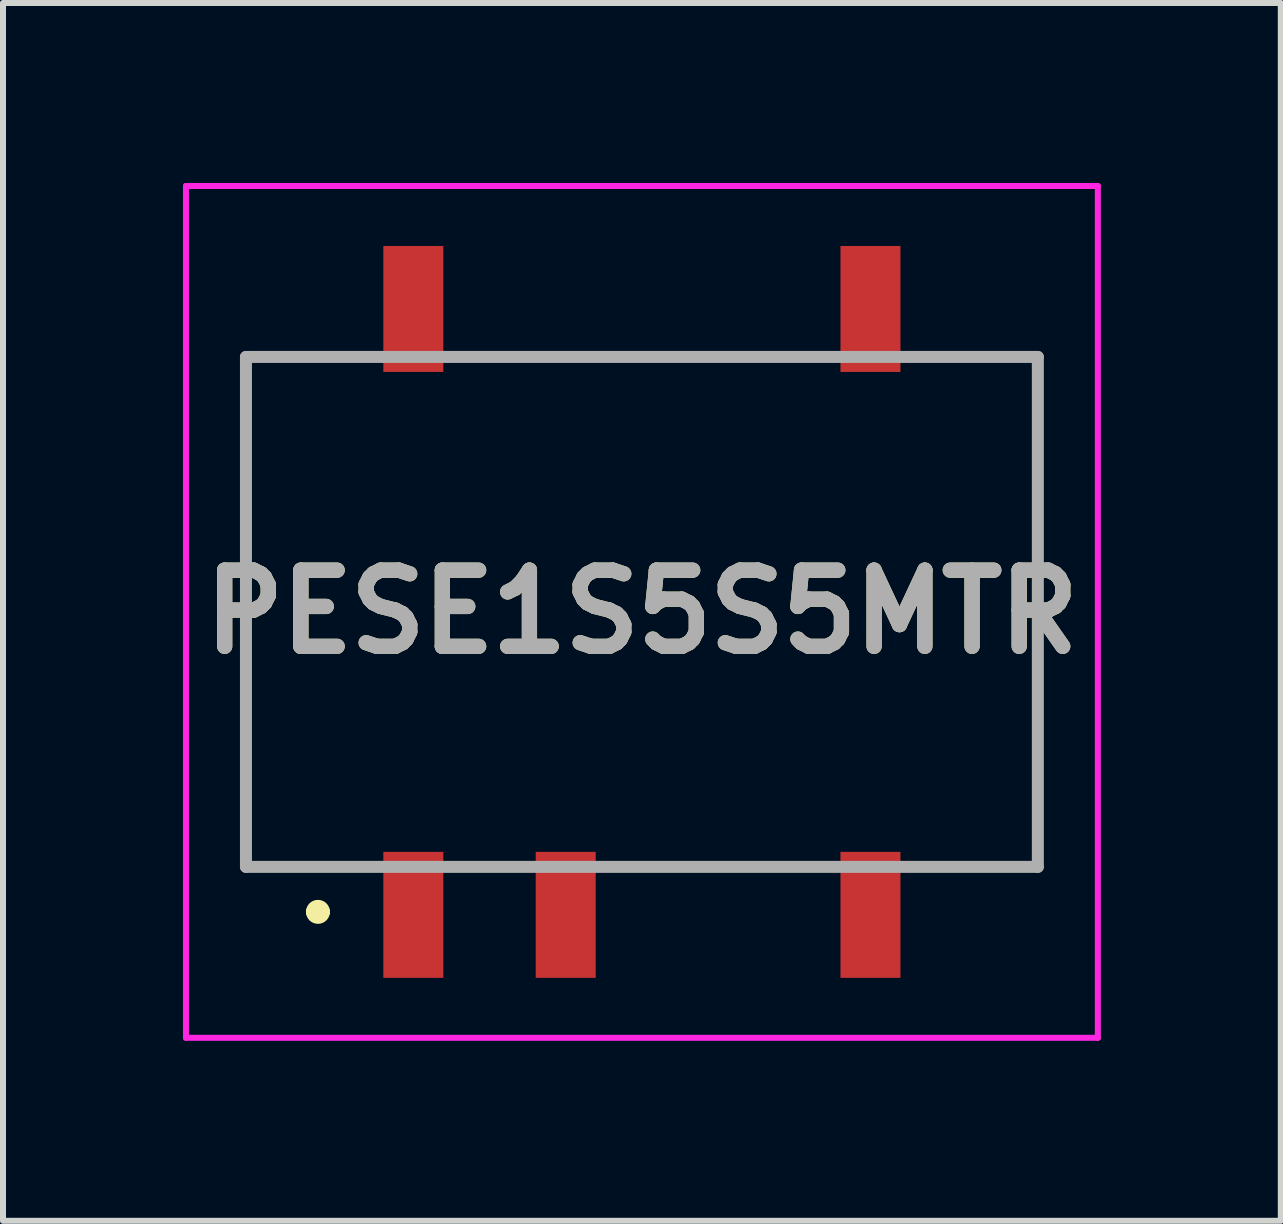
<source format=kicad_pcb>
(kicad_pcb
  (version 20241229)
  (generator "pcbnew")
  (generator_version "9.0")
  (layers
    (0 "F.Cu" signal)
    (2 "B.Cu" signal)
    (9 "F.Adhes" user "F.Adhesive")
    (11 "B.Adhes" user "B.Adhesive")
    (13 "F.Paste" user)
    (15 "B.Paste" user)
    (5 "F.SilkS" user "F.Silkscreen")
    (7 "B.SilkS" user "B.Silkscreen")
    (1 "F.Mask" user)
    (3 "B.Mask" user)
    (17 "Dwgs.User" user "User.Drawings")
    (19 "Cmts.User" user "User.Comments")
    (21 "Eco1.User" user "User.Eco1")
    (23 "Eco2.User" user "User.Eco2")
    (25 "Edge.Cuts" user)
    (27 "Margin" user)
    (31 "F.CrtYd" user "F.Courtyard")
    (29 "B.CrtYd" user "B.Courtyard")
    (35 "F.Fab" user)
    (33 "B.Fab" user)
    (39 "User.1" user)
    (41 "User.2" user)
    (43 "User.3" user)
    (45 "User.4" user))
  (footprint "PESE1S5S5MTR"
    (layer "F.Cu")
    (at 7.65 7.15)
    (property "Reference" "PESE1S5S5MTR" (at 0 0 0) (layer "F.SilkS") (effects (font (size 1.27 1.27) (thickness 0.254))))
    (attr smd)
    (fp_line (start -6.6 -4.25) (end -6.6 4.25) (stroke (width 0.1) (type solid)) (layer "F.SilkS"))
    (fp_line (start -5.5 5) (end -5.5 5) (stroke (width 0.2) (type solid)) (layer "F.SilkS"))
    (fp_line (start -5.3 5) (end -5.3 5) (stroke (width 0.2) (type solid)) (layer "F.SilkS"))
    (fp_line (start -2.5 -4.25) (end 2.5 -4.25) (stroke (width 0.1) (type solid)) (layer "F.SilkS"))
    (fp_line (start 0 4.25) (end 2.5 4.25) (stroke (width 0.1) (type solid)) (layer "F.SilkS"))
    (fp_line (start 6.6 -4.25) (end 6.6 4.25) (stroke (width 0.1) (type solid)) (layer "F.SilkS"))
    (fp_arc (start -5.5 5) (mid -5.4 4.9) (end -5.3 5) (stroke (width 0.2) (type solid)) (layer "F.SilkS"))
    (fp_arc (start -5.3 5) (mid -5.4 5.1) (end -5.5 5) (stroke (width 0.2) (type solid)) (layer "F.SilkS"))
    (fp_line (start -7.6 -7.1) (end 7.6 -7.1) (stroke (width 0.1) (type solid)) (layer "F.CrtYd"))
    (fp_line (start -7.6 7.1) (end -7.6 -7.1) (stroke (width 0.1) (type solid)) (layer "F.CrtYd"))
    (fp_line (start 7.6 -7.1) (end 7.6 7.1) (stroke (width 0.1) (type solid)) (layer "F.CrtYd"))
    (fp_line (start 7.6 7.1) (end -7.6 7.1) (stroke (width 0.1) (type solid)) (layer "F.CrtYd"))
    (fp_line (start -6.6 -4.25) (end 6.6 -4.25) (stroke (width 0.2) (type solid)) (layer "F.Fab"))
    (fp_line (start -6.6 4.25) (end -6.6 -4.25) (stroke (width 0.2) (type solid)) (layer "F.Fab"))
    (fp_line (start 6.6 -4.25) (end 6.6 4.25) (stroke (width 0.2) (type solid)) (layer "F.Fab"))
    (fp_line (start 6.6 4.25) (end -6.6 4.25) (stroke (width 0.2) (type solid)) (layer "F.Fab"))
    (fp_text user "${REFERENCE}" (at 0 0 0) (layer "F.Fab") (effects (font (size 1.27 1.27) (thickness 0.254))))
    (pad "1" smd rect (at -3.81 5.05) (size 1 2.1) (layers "F.Cu" "F.Mask" "F.Paste"))
    (pad "2" smd rect (at -1.27 5.05) (size 1 2.1) (layers "F.Cu" "F.Mask" "F.Paste"))
    (pad "4" smd rect (at 3.81 5.05) (size 1 2.1) (layers "F.Cu" "F.Mask" "F.Paste"))
    (pad "5" smd rect (at 3.81 -5.05) (size 1 2.1) (layers "F.Cu" "F.Mask" "F.Paste"))
    (pad "8" smd rect (at -3.81 -5.05) (size 1 2.1) (layers "F.Cu" "F.Mask" "F.Paste")))
  (gr_rect
    (start -3 -3)
    (end 18.3 17.3)
    (stroke (width 0.1) (type default))
    (fill no)
    (layer "Edge.Cuts")))
</source>
